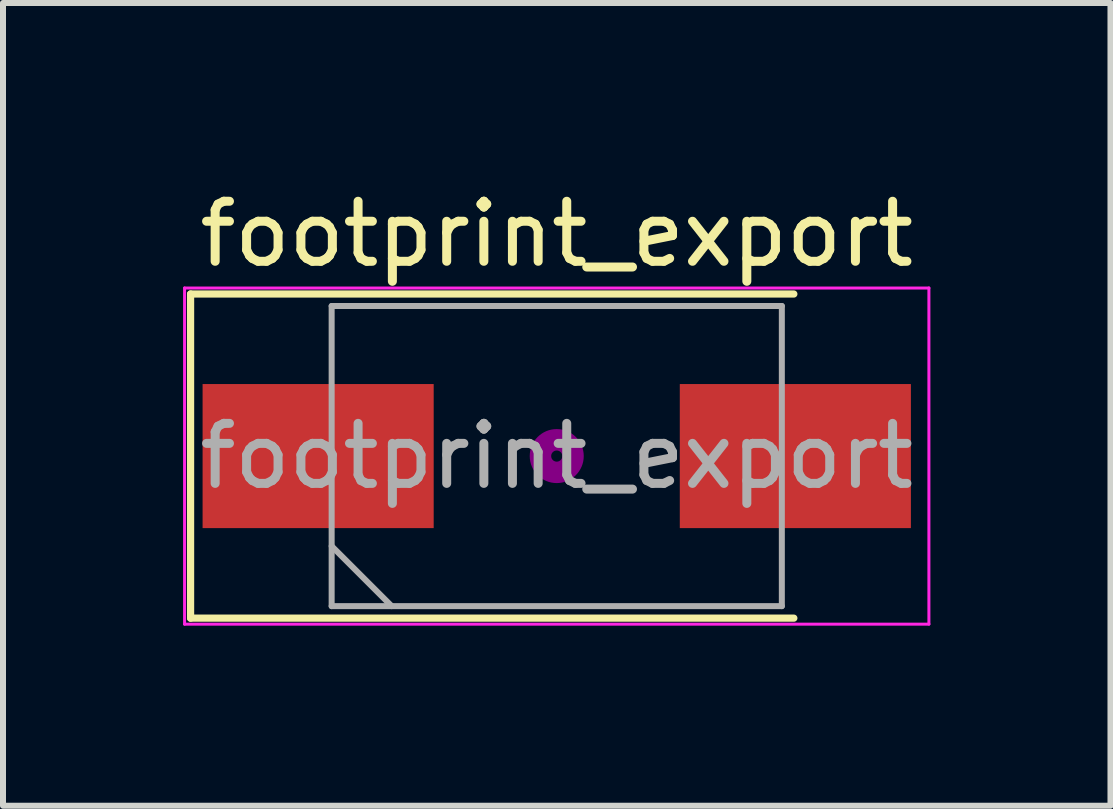
<source format=kicad_pcb>
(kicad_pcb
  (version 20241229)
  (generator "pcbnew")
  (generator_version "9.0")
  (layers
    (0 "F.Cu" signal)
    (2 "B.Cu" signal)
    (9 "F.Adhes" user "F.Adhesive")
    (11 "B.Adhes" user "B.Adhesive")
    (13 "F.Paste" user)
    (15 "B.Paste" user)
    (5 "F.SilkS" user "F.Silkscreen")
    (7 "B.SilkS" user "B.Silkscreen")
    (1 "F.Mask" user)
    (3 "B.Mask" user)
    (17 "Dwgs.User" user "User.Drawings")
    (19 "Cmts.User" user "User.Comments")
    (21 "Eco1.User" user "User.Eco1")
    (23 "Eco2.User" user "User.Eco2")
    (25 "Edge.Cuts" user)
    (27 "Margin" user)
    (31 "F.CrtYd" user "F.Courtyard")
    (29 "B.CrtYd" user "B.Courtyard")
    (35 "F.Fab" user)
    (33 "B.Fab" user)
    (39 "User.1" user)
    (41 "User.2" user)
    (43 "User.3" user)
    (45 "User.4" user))
  (footprint "footprint_export"
    (layer "F.Cu")
    (at 6.225 4.548)
    (property "Reference" "footprint_export" (at 0 -3.7 0) (layer "F.SilkS") (effects (font (size 1 1) (thickness 0.15))))
    (attr smd)
    (fp_line (start -6.1 -2.7) (end -6.1 2.7) (stroke (width 0.12) (type solid)) (layer "F.SilkS"))
    (fp_line (start -6.1 2.7) (end 3.95 2.7) (stroke (width 0.12) (type solid)) (layer "F.SilkS"))
    (fp_line (start 3.95 -2.7) (end -6.1 -2.7) (stroke (width 0.12) (type solid)) (layer "F.SilkS"))
    (fp_circle (center 0 0) (end 0.093 0) (stroke (width 0.187) (type solid)) (fill no) (layer "F.Adhes"))
    (fp_circle (center 0 0) (end 0.213 0) (stroke (width 0.133) (type solid)) (fill no) (layer "F.Adhes"))
    (fp_circle (center 0 0) (end 0.333 0) (stroke (width 0.133) (type solid)) (fill no) (layer "F.Adhes"))
    (fp_circle (center 0 0) (end 0.4 0) (stroke (width 0.1) (type solid)) (fill no) (layer "F.Adhes"))
    (fp_line (start -6.2 -2.8) (end -6.2 2.8) (stroke (width 0.05) (type solid)) (layer "F.CrtYd"))
    (fp_line (start -6.2 2.8) (end 6.2 2.8) (stroke (width 0.05) (type solid)) (layer "F.CrtYd"))
    (fp_line (start 6.2 -2.8) (end -6.2 -2.8) (stroke (width 0.05) (type solid)) (layer "F.CrtYd"))
    (fp_line (start 6.2 2.8) (end 6.2 -2.8) (stroke (width 0.05) (type solid)) (layer "F.CrtYd"))
    (fp_line (start -3.75 -2.5) (end -3.75 2.5) (stroke (width 0.1) (type solid)) (layer "F.Fab"))
    (fp_line (start -3.75 1.5) (end -2.75 2.5) (stroke (width 0.1) (type solid)) (layer "F.Fab"))
    (fp_line (start -3.75 2.5) (end 3.75 2.5) (stroke (width 0.1) (type solid)) (layer "F.Fab"))
    (fp_line (start 3.75 -2.5) (end -3.75 -2.5) (stroke (width 0.1) (type solid)) (layer "F.Fab"))
    (fp_line (start 3.75 2.5) (end 3.75 -2.5) (stroke (width 0.1) (type solid)) (layer "F.Fab"))
    (fp_text user "${REFERENCE}" (at 0 0 0) (layer "F.Fab") (effects (font (size 1 1) (thickness 0.15))))
    (pad "1" smd rect (at -3.975 0) (size 3.85 2.4) (layers "F.Cu" "F.Mask" "F.Paste"))
    (pad "2" smd rect (at 3.975 0) (size 3.85 2.4) (layers "F.Cu" "F.Mask" "F.Paste")))
  (gr_rect
    (start -3 -3)
    (end 15.45 10.373)
    (stroke (width 0.1) (type default))
    (fill no)
    (layer "Edge.Cuts")))
</source>
